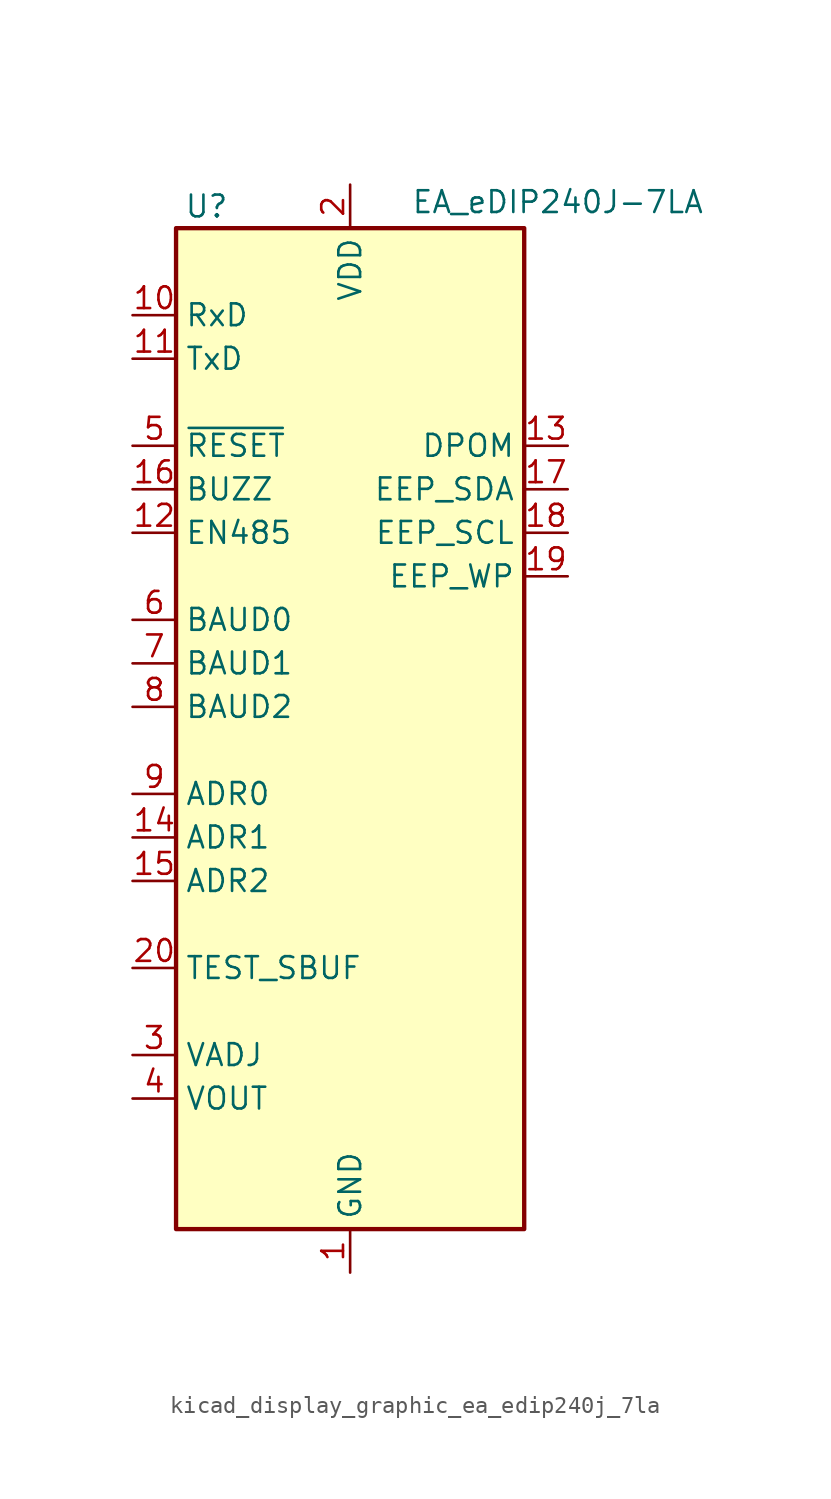
<source format=kicad_sym>
(kicad_symbol_lib
  (version 20220914)
  (generator kicad_symbol_editor)
  (symbol "kicad_display_graphic_ea_edip240j_7la"
    (property "Reference" "U"
      (at -8.382 29.21 0)
      (effects (font (size 1.27 1.27))))
    (property "Value" "EA_eDIP240J-7LA"
      (at 3.556 29.464 0)
      (effects (font (size 1.27 1.27)) (justify left)))
    (symbol "kicad_display_graphic_ea_edip240j_7la_0_1"
      (rectangle (start -10.16 27.94) (end 10.16 -30.48) (stroke (width 0.254) (type default)) (fill (type background))))
    (symbol "kicad_display_graphic_ea_edip240j_7la_1_1"
      (pin power_in line (at 0 -33.02 90) (length 2.54) (name "GND" (effects (font (size 1.27 1.27)))) (number "1" (effects (font (size 1.27 1.27)))))
      (pin input line (at -12.7 22.86 0) (length 2.54) (name "RxD" (effects (font (size 1.27 1.27)))) (number "10" (effects (font (size 1.27 1.27)))))
      (pin output line (at -12.7 20.32 0) (length 2.54) (name "TxD" (effects (font (size 1.27 1.27)))) (number "11" (effects (font (size 1.27 1.27)))))
      (pin output line (at -12.7 10.16 0) (length 2.54) (name "EN485" (effects (font (size 1.27 1.27)))) (number "12" (effects (font (size 1.27 1.27)))))
      (pin input line (at 12.7 15.24 180) (length 2.54) (name "DPOM" (effects (font (size 1.27 1.27)))) (number "13" (effects (font (size 1.27 1.27)))))
      (pin input line (at -12.7 -7.62 0) (length 2.54) (name "ADR1" (effects (font (size 1.27 1.27)))) (number "14" (effects (font (size 1.27 1.27)))))
      (pin input line (at -12.7 -10.16 0) (length 2.54) (name "ADR2" (effects (font (size 1.27 1.27)))) (number "15" (effects (font (size 1.27 1.27)))))
      (pin output line (at -12.7 12.7 0) (length 2.54) (name "BUZZ" (effects (font (size 1.27 1.27)))) (number "16" (effects (font (size 1.27 1.27)))))
      (pin bidirectional line (at 12.7 12.7 180) (length 2.54) (name "EEP_SDA" (effects (font (size 1.27 1.27)))) (number "17" (effects (font (size 1.27 1.27)))))
      (pin output line (at 12.7 10.16 180) (length 2.54) (name "EEP_SCL" (effects (font (size 1.27 1.27)))) (number "18" (effects (font (size 1.27 1.27)))))
      (pin input line (at 12.7 7.62 180) (length 2.54) (name "EEP_WP" (effects (font (size 1.27 1.27)))) (number "19" (effects (font (size 1.27 1.27)))))
      (pin power_in line (at 0 30.48 270) (length 2.54) (name "VDD" (effects (font (size 1.27 1.27)))) (number "2" (effects (font (size 1.27 1.27)))))
      (pin open_collector line (at -12.7 -15.24 0) (length 2.54) (name "TEST_SBUF" (effects (font (size 1.27 1.27)))) (number "20" (effects (font (size 1.27 1.27)))))
      (pin no_connect line (at -10.16 -25.4 0) (length 2.54) hide (name "NC" (effects (font (size 1.27 1.27)))) (number "21" (effects (font (size 1.27 1.27)))))
      (pin no_connect line (at -10.16 -27.94 0) (length 2.54) hide (name "NC" (effects (font (size 1.27 1.27)))) (number "22" (effects (font (size 1.27 1.27)))))
      (pin no_connect line (at 10.16 25.4 180) (length 2.54) hide (name "NC" (effects (font (size 1.27 1.27)))) (number "23" (effects (font (size 1.27 1.27)))))
      (pin no_connect line (at 10.16 22.86 180) (length 2.54) hide (name "NC" (effects (font (size 1.27 1.27)))) (number "24" (effects (font (size 1.27 1.27)))))
      (pin no_connect line (at 10.16 20.32 180) (length 2.54) hide (name "NC" (effects (font (size 1.27 1.27)))) (number "25" (effects (font (size 1.27 1.27)))))
      (pin no_connect line (at 10.16 17.78 180) (length 2.54) hide (name "NC" (effects (font (size 1.27 1.27)))) (number "26" (effects (font (size 1.27 1.27)))))
      (pin no_connect line (at 10.16 5.08 180) (length 2.54) hide (name "NC" (effects (font (size 1.27 1.27)))) (number "27" (effects (font (size 1.27 1.27)))))
      (pin no_connect line (at 10.16 2.54 180) (length 2.54) hide (name "NC" (effects (font (size 1.27 1.27)))) (number "28" (effects (font (size 1.27 1.27)))))
      (pin no_connect line (at 10.16 0 180) (length 2.54) hide (name "NC" (effects (font (size 1.27 1.27)))) (number "29" (effects (font (size 1.27 1.27)))))
      (pin input line (at -12.7 -20.32 0) (length 2.54) (name "VADJ" (effects (font (size 1.27 1.27)))) (number "3" (effects (font (size 1.27 1.27)))))
      (pin no_connect line (at 10.16 -2.54 180) (length 2.54) hide (name "NC" (effects (font (size 1.27 1.27)))) (number "30" (effects (font (size 1.27 1.27)))))
      (pin no_connect line (at 10.16 -5.08 180) (length 2.54) hide (name "NC" (effects (font (size 1.27 1.27)))) (number "31" (effects (font (size 1.27 1.27)))))
      (pin no_connect line (at 10.16 -7.62 180) (length 2.54) hide (name "NC" (effects (font (size 1.27 1.27)))) (number "32" (effects (font (size 1.27 1.27)))))
      (pin no_connect line (at 10.16 -10.16 180) (length 2.54) hide (name "NC" (effects (font (size 1.27 1.27)))) (number "33" (effects (font (size 1.27 1.27)))))
      (pin no_connect line (at 10.16 -12.7 180) (length 2.54) hide (name "NC" (effects (font (size 1.27 1.27)))) (number "34" (effects (font (size 1.27 1.27)))))
      (pin no_connect line (at 10.16 -15.24 180) (length 2.54) hide (name "NC" (effects (font (size 1.27 1.27)))) (number "35" (effects (font (size 1.27 1.27)))))
      (pin no_connect line (at 10.16 -17.78 180) (length 2.54) hide (name "NC" (effects (font (size 1.27 1.27)))) (number "36" (effects (font (size 1.27 1.27)))))
      (pin no_connect line (at 10.16 -20.32 180) (length 2.54) hide (name "NC" (effects (font (size 1.27 1.27)))) (number "37" (effects (font (size 1.27 1.27)))))
      (pin no_connect line (at 10.16 -22.86 180) (length 2.54) hide (name "NC" (effects (font (size 1.27 1.27)))) (number "38" (effects (font (size 1.27 1.27)))))
      (pin no_connect line (at 10.16 -25.4 180) (length 2.54) hide (name "NC" (effects (font (size 1.27 1.27)))) (number "39" (effects (font (size 1.27 1.27)))))
      (pin output line (at -12.7 -22.86 0) (length 2.54) (name "VOUT" (effects (font (size 1.27 1.27)))) (number "4" (effects (font (size 1.27 1.27)))))
      (pin no_connect line (at 10.16 -27.94 180) (length 2.54) hide (name "NC" (effects (font (size 1.27 1.27)))) (number "40" (effects (font (size 1.27 1.27)))))
      (pin input line (at -12.7 15.24 0) (length 2.54) (name "~{RESET}" (effects (font (size 1.27 1.27)))) (number "5" (effects (font (size 1.27 1.27)))))
      (pin input line (at -12.7 5.08 0) (length 2.54) (name "BAUD0" (effects (font (size 1.27 1.27)))) (number "6" (effects (font (size 1.27 1.27)))))
      (pin input line (at -12.7 2.54 0) (length 2.54) (name "BAUD1" (effects (font (size 1.27 1.27)))) (number "7" (effects (font (size 1.27 1.27)))))
      (pin input line (at -12.7 0 0) (length 2.54) (name "BAUD2" (effects (font (size 1.27 1.27)))) (number "8" (effects (font (size 1.27 1.27)))))
      (pin input line (at -12.7 -5.08 0) (length 2.54) (name "ADR0" (effects (font (size 1.27 1.27)))) (number "9" (effects (font (size 1.27 1.27))))))))
</source>
